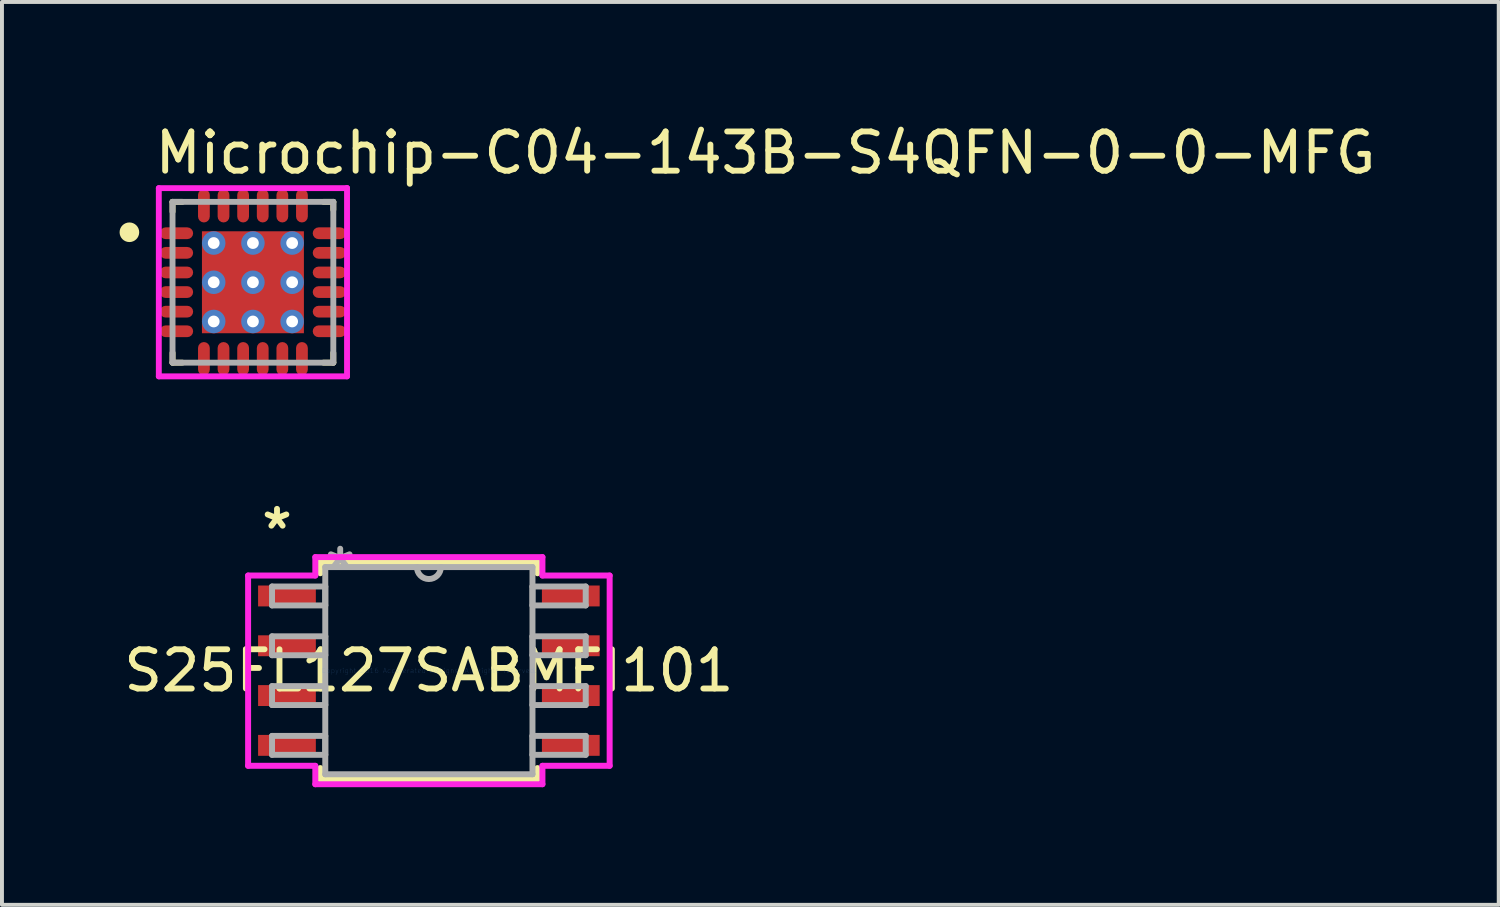
<source format=kicad_pcb>
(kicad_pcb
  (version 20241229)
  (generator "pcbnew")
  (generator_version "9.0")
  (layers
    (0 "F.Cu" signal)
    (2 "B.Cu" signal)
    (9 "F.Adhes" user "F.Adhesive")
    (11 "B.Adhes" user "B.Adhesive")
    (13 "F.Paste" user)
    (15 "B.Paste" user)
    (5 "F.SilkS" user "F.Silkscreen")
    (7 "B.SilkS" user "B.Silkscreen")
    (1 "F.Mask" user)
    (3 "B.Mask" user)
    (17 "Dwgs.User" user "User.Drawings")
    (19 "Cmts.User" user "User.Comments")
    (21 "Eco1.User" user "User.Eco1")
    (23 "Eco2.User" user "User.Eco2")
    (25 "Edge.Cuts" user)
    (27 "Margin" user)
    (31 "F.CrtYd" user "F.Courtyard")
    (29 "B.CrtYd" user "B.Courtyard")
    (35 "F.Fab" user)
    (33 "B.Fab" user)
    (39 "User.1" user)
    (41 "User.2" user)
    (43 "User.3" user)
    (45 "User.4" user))
  (footprint "Microchip-C04-143B-S4QFN-0-0-MFG"
    (layer "F.Cu")
    (at 3.4 4.148)
    (property "Reference" "Microchip-C04-143B-S4QFN-0-0-MFG" (at -2.575 -3.3 0) (layer "F.SilkS") (effects (font (size 1 1) (thickness 0.15)) (justify left)))
    (attr through_hole)
    (fp_line (start -2.05 -2.05) (end -2.05 -1.8) (stroke (width 0.15) (type solid)) (layer "F.SilkS"))
    (fp_line (start -2.05 -2.05) (end -1.8 -2.05) (stroke (width 0.15) (type solid)) (layer "F.SilkS"))
    (fp_line (start -2.05 2.05) (end -2.05 1.8) (stroke (width 0.15) (type solid)) (layer "F.SilkS"))
    (fp_line (start -2.05 2.05) (end -1.8 2.05) (stroke (width 0.15) (type solid)) (layer "F.SilkS"))
    (fp_line (start 2.05 -2.05) (end 1.8 -2.05) (stroke (width 0.15) (type solid)) (layer "F.SilkS"))
    (fp_line (start 2.05 -2.05) (end 2.05 -1.85) (stroke (width 0.15) (type solid)) (layer "F.SilkS"))
    (fp_line (start 2.05 2.05) (end 1.8 2.05) (stroke (width 0.15) (type solid)) (layer "F.SilkS"))
    (fp_line (start 2.05 2.05) (end 2.05 1.8) (stroke (width 0.15) (type solid)) (layer "F.SilkS"))
    (fp_circle (center -3.15 -1.275) (end -3.025 -1.275) (stroke (width 0.25) (type solid)) (fill no) (layer "F.SilkS"))
    (fp_line (start -2.4 -2.4) (end -2.4 2.4) (stroke (width 0.15) (type solid)) (layer "F.CrtYd"))
    (fp_line (start -2.4 2.4) (end 2.4 2.4) (stroke (width 0.15) (type solid)) (layer "F.CrtYd"))
    (fp_line (start 2.4 -2.4) (end -2.4 -2.4) (stroke (width 0.15) (type solid)) (layer "F.CrtYd"))
    (fp_line (start 2.4 -2.4) (end 2.4 -2.4) (stroke (width 0.15) (type solid)) (layer "F.CrtYd"))
    (fp_line (start 2.4 2.4) (end 2.4 -2.4) (stroke (width 0.15) (type solid)) (layer "F.CrtYd"))
    (fp_line (start -2.05 -2.05) (end 2.05 -2.05) (stroke (width 0.15) (type solid)) (layer "F.Fab"))
    (fp_line (start -2.05 2.05) (end -2.05 -2.05) (stroke (width 0.15) (type solid)) (layer "F.Fab"))
    (fp_line (start 2.05 -2.05) (end 2.05 2.05) (stroke (width 0.15) (type solid)) (layer "F.Fab"))
    (fp_line (start 2.05 2.05) (end -2.05 2.05) (stroke (width 0.15) (type solid)) (layer "F.Fab"))
    (pad "1" smd roundrect (at -1.95 -1.25) (size 0.85 0.3) (layers "F.Cu" "F.Mask" "F.Paste") (roundrect_rratio 0.5))
    (pad "2" smd roundrect (at -1.95 -0.75) (size 0.85 0.3) (layers "F.Cu" "F.Mask" "F.Paste") (roundrect_rratio 0.5))
    (pad "3" smd roundrect (at -1.95 -0.25) (size 0.85 0.3) (layers "F.Cu" "F.Mask" "F.Paste") (roundrect_rratio 0.5))
    (pad "4" smd roundrect (at -1.95 0.25) (size 0.85 0.3) (layers "F.Cu" "F.Mask" "F.Paste") (roundrect_rratio 0.5))
    (pad "5" smd roundrect (at -1.95 0.75) (size 0.85 0.3) (layers "F.Cu" "F.Mask" "F.Paste") (roundrect_rratio 0.5))
    (pad "6" smd roundrect (at -1.95 1.25) (size 0.85 0.3) (layers "F.Cu" "F.Mask" "F.Paste") (roundrect_rratio 0.5))
    (pad "7" smd roundrect (at -1.25 1.95) (size 0.3 0.85) (layers "F.Cu" "F.Mask" "F.Paste") (roundrect_rratio 0.5))
    (pad "8" smd roundrect (at -0.75 1.95) (size 0.3 0.85) (layers "F.Cu" "F.Mask" "F.Paste") (roundrect_rratio 0.5))
    (pad "9" smd roundrect (at -0.25 1.95) (size 0.3 0.85) (layers "F.Cu" "F.Mask" "F.Paste") (roundrect_rratio 0.5))
    (pad "10" smd roundrect (at 0.25 1.95) (size 0.3 0.85) (layers "F.Cu" "F.Mask" "F.Paste") (roundrect_rratio 0.5))
    (pad "11" smd roundrect (at 0.75 1.95) (size 0.3 0.85) (layers "F.Cu" "F.Mask" "F.Paste") (roundrect_rratio 0.5))
    (pad "12" smd roundrect (at 1.25 1.95) (size 0.3 0.85) (layers "F.Cu" "F.Mask" "F.Paste") (roundrect_rratio 0.5))
    (pad "13" smd roundrect (at 1.95 1.25) (size 0.85 0.3) (layers "F.Cu" "F.Mask" "F.Paste") (roundrect_rratio 0.5))
    (pad "14" smd roundrect (at 1.95 0.75) (size 0.85 0.3) (layers "F.Cu" "F.Mask" "F.Paste") (roundrect_rratio 0.5))
    (pad "15" smd roundrect (at 1.95 0.25) (size 0.85 0.3) (layers "F.Cu" "F.Mask" "F.Paste") (roundrect_rratio 0.5))
    (pad "16" smd roundrect (at 1.95 -0.25) (size 0.85 0.3) (layers "F.Cu" "F.Mask" "F.Paste") (roundrect_rratio 0.5))
    (pad "17" smd roundrect (at 1.95 -0.75) (size 0.85 0.3) (layers "F.Cu" "F.Mask" "F.Paste") (roundrect_rratio 0.5))
    (pad "18" smd roundrect (at 1.95 -1.25) (size 0.85 0.3) (layers "F.Cu" "F.Mask" "F.Paste") (roundrect_rratio 0.5))
    (pad "19" smd roundrect (at 1.25 -1.95) (size 0.3 0.85) (layers "F.Cu" "F.Mask" "F.Paste") (roundrect_rratio 0.5))
    (pad "20" smd roundrect (at 0.75 -1.95) (size 0.3 0.85) (layers "F.Cu" "F.Mask" "F.Paste") (roundrect_rratio 0.5))
    (pad "21" smd roundrect (at 0.25 -1.95) (size 0.3 0.85) (layers "F.Cu" "F.Mask" "F.Paste") (roundrect_rratio 0.5))
    (pad "22" smd roundrect (at -0.25 -1.95) (size 0.3 0.85) (layers "F.Cu" "F.Mask" "F.Paste") (roundrect_rratio 0.5))
    (pad "23" smd roundrect (at -0.75 -1.95) (size 0.3 0.85) (layers "F.Cu" "F.Mask" "F.Paste") (roundrect_rratio 0.5))
    (pad "24" smd roundrect (at -1.25 -1.95) (size 0.3 0.85) (layers "F.Cu" "F.Mask" "F.Paste") (roundrect_rratio 0.5))
    (pad "25" smd rect (at 0 0) (size 2.6 2.6) (layers "F.Cu" "F.Mask" "F.Paste"))
    (pad "~" thru_hole circle (at -1 -1) (size 0.6 0.6) (drill 0.3) (layers "*.Cu"))
    (pad "~" thru_hole circle (at -1 0) (size 0.6 0.6) (drill 0.3) (layers "*.Cu"))
    (pad "~" thru_hole circle (at -1 1) (size 0.6 0.6) (drill 0.3) (layers "*.Cu"))
    (pad "~" thru_hole circle (at 0 -1) (size 0.6 0.6) (drill 0.3) (layers "*.Cu"))
    (pad "~" thru_hole circle (at 0 0) (size 0.6 0.6) (drill 0.3) (layers "*.Cu"))
    (pad "~" thru_hole circle (at 0 1) (size 0.6 0.6) (drill 0.3) (layers "*.Cu"))
    (pad "~" thru_hole circle (at 1 -1) (size 0.6 0.6) (drill 0.3) (layers "*.Cu"))
    (pad "~" thru_hole circle (at 1 0) (size 0.6 0.6) (drill 0.3) (layers "*.Cu"))
    (pad "~" thru_hole circle (at 1 1) (size 0.6 0.6) (drill 0.3) (layers "*.Cu")))
  (footprint "S25FL127SABMFI101"
    (layer "F.Cu")
    (at 7.887 14.053)
    (property "Reference" "S25FL127SABMFI101" (at 0 0 0) (layer "F.SilkS") (effects (font (size 1 1) (thickness 0.15))))
    (attr through_hole)
    (fp_line (start -2.769 -2.769) (end -2.769 -2.484) (stroke (width 0.152) (type solid)) (layer "F.SilkS"))
    (fp_line (start -2.769 2.484) (end -2.769 2.769) (stroke (width 0.152) (type solid)) (layer "F.SilkS"))
    (fp_line (start -2.769 2.769) (end 2.769 2.769) (stroke (width 0.152) (type solid)) (layer "F.SilkS"))
    (fp_line (start 2.769 -2.769) (end -2.769 -2.769) (stroke (width 0.152) (type solid)) (layer "F.SilkS"))
    (fp_line (start 2.769 -2.484) (end 2.769 -2.769) (stroke (width 0.152) (type solid)) (layer "F.SilkS"))
    (fp_line (start 2.769 2.769) (end 2.769 2.484) (stroke (width 0.152) (type solid)) (layer "F.SilkS"))
    (fp_line (start -4.61 -2.426) (end -2.896 -2.426) (stroke (width 0.152) (type solid)) (layer "F.CrtYd"))
    (fp_line (start -4.61 2.426) (end -4.61 -2.426) (stroke (width 0.152) (type solid)) (layer "F.CrtYd"))
    (fp_line (start -2.896 -2.896) (end 2.896 -2.896) (stroke (width 0.152) (type solid)) (layer "F.CrtYd"))
    (fp_line (start -2.896 -2.426) (end -2.896 -2.896) (stroke (width 0.152) (type solid)) (layer "F.CrtYd"))
    (fp_line (start -2.896 2.426) (end -4.61 2.426) (stroke (width 0.152) (type solid)) (layer "F.CrtYd"))
    (fp_line (start -2.896 2.896) (end -2.896 2.426) (stroke (width 0.152) (type solid)) (layer "F.CrtYd"))
    (fp_line (start 2.896 -2.896) (end 2.896 -2.426) (stroke (width 0.152) (type solid)) (layer "F.CrtYd"))
    (fp_line (start 2.896 -2.426) (end 4.61 -2.426) (stroke (width 0.152) (type solid)) (layer "F.CrtYd"))
    (fp_line (start 2.896 2.426) (end 2.896 2.896) (stroke (width 0.152) (type solid)) (layer "F.CrtYd"))
    (fp_line (start 2.896 2.896) (end -2.896 2.896) (stroke (width 0.152) (type solid)) (layer "F.CrtYd"))
    (fp_line (start 4.61 -2.426) (end 4.61 2.426) (stroke (width 0.152) (type solid)) (layer "F.CrtYd"))
    (fp_line (start 4.61 2.426) (end 2.896 2.426) (stroke (width 0.152) (type solid)) (layer "F.CrtYd"))
    (fp_line (start -4 -2.146) (end -4 -1.664) (stroke (width 0.152) (type solid)) (layer "F.Fab"))
    (fp_line (start -4 -1.664) (end -2.642 -1.664) (stroke (width 0.152) (type solid)) (layer "F.Fab"))
    (fp_line (start -4 -0.876) (end -4 -0.394) (stroke (width 0.152) (type solid)) (layer "F.Fab"))
    (fp_line (start -4 -0.394) (end -2.642 -0.394) (stroke (width 0.152) (type solid)) (layer "F.Fab"))
    (fp_line (start -4 0.394) (end -4 0.876) (stroke (width 0.152) (type solid)) (layer "F.Fab"))
    (fp_line (start -4 0.876) (end -2.642 0.876) (stroke (width 0.152) (type solid)) (layer "F.Fab"))
    (fp_line (start -4 1.664) (end -4 2.146) (stroke (width 0.152) (type solid)) (layer "F.Fab"))
    (fp_line (start -4 2.146) (end -2.642 2.146) (stroke (width 0.152) (type solid)) (layer "F.Fab"))
    (fp_line (start -2.642 -2.642) (end -2.642 2.642) (stroke (width 0.152) (type solid)) (layer "F.Fab"))
    (fp_line (start -2.642 -2.146) (end -4 -2.146) (stroke (width 0.152) (type solid)) (layer "F.Fab"))
    (fp_line (start -2.642 -1.664) (end -2.642 -2.146) (stroke (width 0.152) (type solid)) (layer "F.Fab"))
    (fp_line (start -2.642 -0.876) (end -4 -0.876) (stroke (width 0.152) (type solid)) (layer "F.Fab"))
    (fp_line (start -2.642 -0.394) (end -2.642 -0.876) (stroke (width 0.152) (type solid)) (layer "F.Fab"))
    (fp_line (start -2.642 0.394) (end -4 0.394) (stroke (width 0.152) (type solid)) (layer "F.Fab"))
    (fp_line (start -2.642 0.876) (end -2.642 0.394) (stroke (width 0.152) (type solid)) (layer "F.Fab"))
    (fp_line (start -2.642 1.664) (end -4 1.664) (stroke (width 0.152) (type solid)) (layer "F.Fab"))
    (fp_line (start -2.642 2.146) (end -2.642 1.664) (stroke (width 0.152) (type solid)) (layer "F.Fab"))
    (fp_line (start -2.642 2.642) (end 2.642 2.642) (stroke (width 0.152) (type solid)) (layer "F.Fab"))
    (fp_line (start 2.642 -2.642) (end -2.642 -2.642) (stroke (width 0.152) (type solid)) (layer "F.Fab"))
    (fp_line (start 2.642 -2.146) (end 2.642 -1.664) (stroke (width 0.152) (type solid)) (layer "F.Fab"))
    (fp_line (start 2.642 -1.664) (end 4 -1.664) (stroke (width 0.152) (type solid)) (layer "F.Fab"))
    (fp_line (start 2.642 -0.876) (end 2.642 -0.394) (stroke (width 0.152) (type solid)) (layer "F.Fab"))
    (fp_line (start 2.642 -0.394) (end 4 -0.394) (stroke (width 0.152) (type solid)) (layer "F.Fab"))
    (fp_line (start 2.642 0.394) (end 2.642 0.876) (stroke (width 0.152) (type solid)) (layer "F.Fab"))
    (fp_line (start 2.642 0.876) (end 4 0.876) (stroke (width 0.152) (type solid)) (layer "F.Fab"))
    (fp_line (start 2.642 1.664) (end 2.642 2.146) (stroke (width 0.152) (type solid)) (layer "F.Fab"))
    (fp_line (start 2.642 2.146) (end 4 2.146) (stroke (width 0.152) (type solid)) (layer "F.Fab"))
    (fp_line (start 2.642 2.642) (end 2.642 -2.642) (stroke (width 0.152) (type solid)) (layer "F.Fab"))
    (fp_line (start 4 -2.146) (end 2.642 -2.146) (stroke (width 0.152) (type solid)) (layer "F.Fab"))
    (fp_line (start 4 -1.664) (end 4 -2.146) (stroke (width 0.152) (type solid)) (layer "F.Fab"))
    (fp_line (start 4 -0.876) (end 2.642 -0.876) (stroke (width 0.152) (type solid)) (layer "F.Fab"))
    (fp_line (start 4 -0.394) (end 4 -0.876) (stroke (width 0.152) (type solid)) (layer "F.Fab"))
    (fp_line (start 4 0.394) (end 2.642 0.394) (stroke (width 0.152) (type solid)) (layer "F.Fab"))
    (fp_line (start 4 0.876) (end 4 0.394) (stroke (width 0.152) (type solid)) (layer "F.Fab"))
    (fp_line (start 4 1.664) (end 2.642 1.664) (stroke (width 0.152) (type solid)) (layer "F.Fab"))
    (fp_line (start 4 2.146) (end 4 1.664) (stroke (width 0.152) (type solid)) (layer "F.Fab"))
    (fp_arc (start 0.3048 -2.6416) (mid 0 -2.3368) (end -0.3048 -2.6416) (stroke (width 0.1524) (type solid)) (layer "F.Fab"))
    (fp_text user "*" (at -3.873 -3.581 0) (layer "F.SilkS") (effects (font (size 1 1) (thickness 0.15))))
    (fp_text user "Copyright 2016 Accelerated Designs. All rights reserved." (at 0 0 0) (layer "Cmts.User") (effects (font (size 0.127 0.127) (thickness 0.002))))
    (fp_text user "*" (at -2.261 -2.565 0) (layer "F.Fab") (effects (font (size 1 1) (thickness 0.15))))
    (pad "1" smd rect (at -3.619 -1.905) (size 1.473 0.533) (layers "F.Cu" "F.Mask" "F.Paste"))
    (pad "2" smd rect (at -3.619 -0.635) (size 1.473 0.533) (layers "F.Cu" "F.Mask" "F.Paste"))
    (pad "3" smd rect (at -3.619 0.635) (size 1.473 0.533) (layers "F.Cu" "F.Mask" "F.Paste"))
    (pad "4" smd rect (at -3.619 1.905) (size 1.473 0.533) (layers "F.Cu" "F.Mask" "F.Paste"))
    (pad "5" smd rect (at 3.619 1.905) (size 1.473 0.533) (layers "F.Cu" "F.Mask" "F.Paste"))
    (pad "6" smd rect (at 3.619 0.635) (size 1.473 0.533) (layers "F.Cu" "F.Mask" "F.Paste"))
    (pad "7" smd rect (at 3.619 -0.635) (size 1.473 0.533) (layers "F.Cu" "F.Mask" "F.Paste"))
    (pad "8" smd rect (at 3.619 -1.905) (size 1.473 0.533) (layers "F.Cu" "F.Mask" "F.Paste")))
  (gr_rect
    (start -3 -3)
    (end 35.17 20.025)
    (stroke (width 0.1) (type default))
    (fill no)
    (layer "Edge.Cuts")))
</source>
